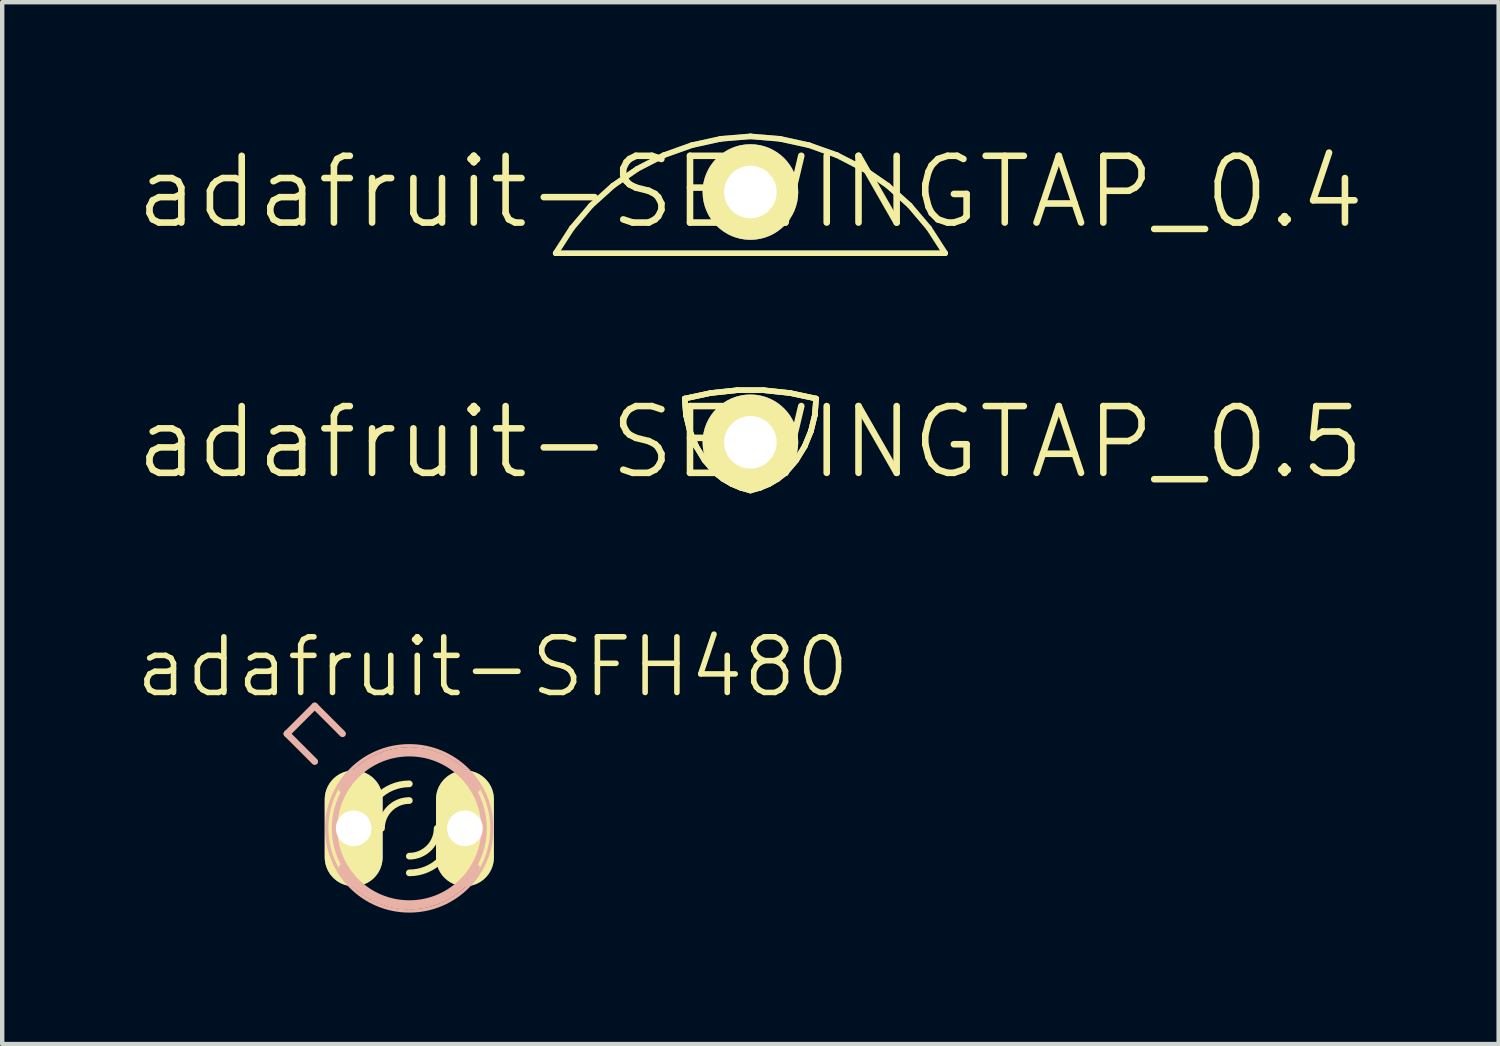
<source format=kicad_pcb>
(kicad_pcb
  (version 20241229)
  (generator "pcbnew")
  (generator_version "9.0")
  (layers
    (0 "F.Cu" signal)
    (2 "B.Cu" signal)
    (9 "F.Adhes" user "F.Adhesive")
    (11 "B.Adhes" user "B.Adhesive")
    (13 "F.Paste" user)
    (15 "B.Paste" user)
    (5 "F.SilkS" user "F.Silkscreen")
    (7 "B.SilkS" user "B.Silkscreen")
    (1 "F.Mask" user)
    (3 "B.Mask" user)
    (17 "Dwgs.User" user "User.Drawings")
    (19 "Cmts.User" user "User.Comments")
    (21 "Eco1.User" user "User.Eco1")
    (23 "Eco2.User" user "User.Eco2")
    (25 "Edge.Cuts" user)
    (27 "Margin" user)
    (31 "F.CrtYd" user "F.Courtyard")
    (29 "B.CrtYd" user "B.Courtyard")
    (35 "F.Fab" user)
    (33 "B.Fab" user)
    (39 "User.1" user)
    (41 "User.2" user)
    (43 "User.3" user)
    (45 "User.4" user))
  (footprint "adafruit-SEWINGTAP_0.5"
    (layer "F.Cu")
    (at 14.079 7.046)
    (property "Reference" "adafruit-SEWINGTAP_0.5" (at 0 0 0) (layer "F.SilkS") (effects (font (size 1.524 1.524) (thickness 0.15))))
    (attr exclude_from_pos_files exclude_from_bom)
    (fp_line (start -1.499 -0.998) (end -1.471 -0.622) (stroke (width 0.127) (type solid)) (layer "B.Cu"))
    (fp_line (start -1.471 -0.622) (end -1.382 -0.257) (stroke (width 0.127) (type solid)) (layer "B.Cu"))
    (fp_line (start -1.382 -0.257) (end -1.24 0.089) (stroke (width 0.127) (type solid)) (layer "B.Cu"))
    (fp_line (start -1.24 0.089) (end -1.044 0.411) (stroke (width 0.127) (type solid)) (layer "B.Cu"))
    (fp_line (start -1.044 0.411) (end -0.798 0.699) (stroke (width 0.127) (type solid)) (layer "B.Cu"))
    (fp_line (start -0.904 -1.125) (end -1.499 -0.998) (stroke (width 0.127) (type solid)) (layer "B.Cu"))
    (fp_line (start -0.798 0.699) (end -0.62 0.838) (stroke (width 0.127) (type solid)) (layer "B.Cu"))
    (fp_line (start -0.62 0.838) (end -0.424 0.953) (stroke (width 0.127) (type solid)) (layer "B.Cu"))
    (fp_line (start -0.424 0.953) (end -0.216 1.039) (stroke (width 0.127) (type solid)) (layer "B.Cu"))
    (fp_line (start -0.302 -1.189) (end -0.904 -1.125) (stroke (width 0.127) (type solid)) (layer "B.Cu"))
    (fp_line (start -0.216 1.039) (end 0 1.1) (stroke (width 0.127) (type solid)) (layer "B.Cu"))
    (fp_line (start 0 1.1) (end 0.216 1.039) (stroke (width 0.127) (type solid)) (layer "B.Cu"))
    (fp_line (start 0.216 1.039) (end 0.424 0.953) (stroke (width 0.127) (type solid)) (layer "B.Cu"))
    (fp_line (start 0.302 -1.189) (end -0.302 -1.189) (stroke (width 0.127) (type solid)) (layer "B.Cu"))
    (fp_line (start 0.424 0.953) (end 0.62 0.838) (stroke (width 0.127) (type solid)) (layer "B.Cu"))
    (fp_line (start 0.62 0.838) (end 0.798 0.699) (stroke (width 0.127) (type solid)) (layer "B.Cu"))
    (fp_line (start 0.798 0.699) (end 1.044 0.411) (stroke (width 0.127) (type solid)) (layer "B.Cu"))
    (fp_line (start 0.904 -1.125) (end 0.302 -1.189) (stroke (width 0.127) (type solid)) (layer "B.Cu"))
    (fp_line (start 1.044 0.411) (end 1.24 0.089) (stroke (width 0.127) (type solid)) (layer "B.Cu"))
    (fp_line (start 1.24 0.089) (end 1.382 -0.257) (stroke (width 0.127) (type solid)) (layer "B.Cu"))
    (fp_line (start 1.382 -0.257) (end 1.471 -0.622) (stroke (width 0.127) (type solid)) (layer "B.Cu"))
    (fp_line (start 1.471 -0.622) (end 1.499 -0.998) (stroke (width 0.127) (type solid)) (layer "B.Cu"))
    (fp_line (start 1.499 -0.998) (end 0.904 -1.125) (stroke (width 0.127) (type solid)) (layer "B.Cu"))
    (fp_line (start -1.499 -0.998) (end -1.471 -0.622) (stroke (width 0.127) (type solid)) (layer "F.SilkS"))
    (fp_line (start -1.499 -0.998) (end -1.471 -0.622) (stroke (width 0.127) (type solid)) (layer "F.SilkS"))
    (fp_line (start -1.471 -0.622) (end -1.382 -0.257) (stroke (width 0.127) (type solid)) (layer "F.SilkS"))
    (fp_line (start -1.471 -0.622) (end -1.382 -0.257) (stroke (width 0.127) (type solid)) (layer "F.SilkS"))
    (fp_line (start -1.382 -0.257) (end -1.24 0.089) (stroke (width 0.127) (type solid)) (layer "F.SilkS"))
    (fp_line (start -1.382 -0.257) (end -1.24 0.089) (stroke (width 0.127) (type solid)) (layer "F.SilkS"))
    (fp_line (start -1.24 0.089) (end -1.044 0.411) (stroke (width 0.127) (type solid)) (layer "F.SilkS"))
    (fp_line (start -1.24 0.089) (end -1.044 0.411) (stroke (width 0.127) (type solid)) (layer "F.SilkS"))
    (fp_line (start -1.044 0.411) (end -0.798 0.699) (stroke (width 0.127) (type solid)) (layer "F.SilkS"))
    (fp_line (start -1.044 0.411) (end -0.798 0.699) (stroke (width 0.127) (type solid)) (layer "F.SilkS"))
    (fp_line (start -0.904 -1.125) (end -1.499 -0.998) (stroke (width 0.127) (type solid)) (layer "F.SilkS"))
    (fp_line (start -0.904 -1.125) (end -1.499 -0.998) (stroke (width 0.127) (type solid)) (layer "F.SilkS"))
    (fp_line (start -0.798 0.699) (end -0.62 0.838) (stroke (width 0.127) (type solid)) (layer "F.SilkS"))
    (fp_line (start -0.798 0.699) (end -0.62 0.838) (stroke (width 0.127) (type solid)) (layer "F.SilkS"))
    (fp_line (start -0.62 0.838) (end -0.424 0.953) (stroke (width 0.127) (type solid)) (layer "F.SilkS"))
    (fp_line (start -0.62 0.838) (end -0.424 0.953) (stroke (width 0.127) (type solid)) (layer "F.SilkS"))
    (fp_line (start -0.424 0.953) (end -0.216 1.039) (stroke (width 0.127) (type solid)) (layer "F.SilkS"))
    (fp_line (start -0.424 0.953) (end -0.216 1.039) (stroke (width 0.127) (type solid)) (layer "F.SilkS"))
    (fp_line (start -0.302 -1.189) (end -0.904 -1.125) (stroke (width 0.127) (type solid)) (layer "F.SilkS"))
    (fp_line (start -0.302 -1.189) (end -0.904 -1.125) (stroke (width 0.127) (type solid)) (layer "F.SilkS"))
    (fp_line (start -0.216 1.039) (end 0 1.1) (stroke (width 0.127) (type solid)) (layer "F.SilkS"))
    (fp_line (start -0.216 1.039) (end 0 1.1) (stroke (width 0.127) (type solid)) (layer "F.SilkS"))
    (fp_line (start 0 1.1) (end 0.216 1.039) (stroke (width 0.127) (type solid)) (layer "F.SilkS"))
    (fp_line (start 0 1.1) (end 0.216 1.039) (stroke (width 0.127) (type solid)) (layer "F.SilkS"))
    (fp_line (start 0.216 1.039) (end 0.424 0.953) (stroke (width 0.127) (type solid)) (layer "F.SilkS"))
    (fp_line (start 0.216 1.039) (end 0.424 0.953) (stroke (width 0.127) (type solid)) (layer "F.SilkS"))
    (fp_line (start 0.302 -1.189) (end -0.302 -1.189) (stroke (width 0.127) (type solid)) (layer "F.SilkS"))
    (fp_line (start 0.302 -1.189) (end -0.302 -1.189) (stroke (width 0.127) (type solid)) (layer "F.SilkS"))
    (fp_line (start 0.424 0.953) (end 0.62 0.838) (stroke (width 0.127) (type solid)) (layer "F.SilkS"))
    (fp_line (start 0.424 0.953) (end 0.62 0.838) (stroke (width 0.127) (type solid)) (layer "F.SilkS"))
    (fp_line (start 0.62 0.838) (end 0.798 0.699) (stroke (width 0.127) (type solid)) (layer "F.SilkS"))
    (fp_line (start 0.62 0.838) (end 0.798 0.699) (stroke (width 0.127) (type solid)) (layer "F.SilkS"))
    (fp_line (start 0.798 0.699) (end 1.044 0.411) (stroke (width 0.127) (type solid)) (layer "F.SilkS"))
    (fp_line (start 0.798 0.699) (end 1.044 0.411) (stroke (width 0.127) (type solid)) (layer "F.SilkS"))
    (fp_line (start 0.904 -1.125) (end 0.302 -1.189) (stroke (width 0.127) (type solid)) (layer "F.SilkS"))
    (fp_line (start 0.904 -1.125) (end 0.302 -1.189) (stroke (width 0.127) (type solid)) (layer "F.SilkS"))
    (fp_line (start 1.044 0.411) (end 1.24 0.089) (stroke (width 0.127) (type solid)) (layer "F.SilkS"))
    (fp_line (start 1.044 0.411) (end 1.24 0.089) (stroke (width 0.127) (type solid)) (layer "F.SilkS"))
    (fp_line (start 1.24 0.089) (end 1.382 -0.257) (stroke (width 0.127) (type solid)) (layer "F.SilkS"))
    (fp_line (start 1.24 0.089) (end 1.382 -0.257) (stroke (width 0.127) (type solid)) (layer "F.SilkS"))
    (fp_line (start 1.382 -0.257) (end 1.471 -0.622) (stroke (width 0.127) (type solid)) (layer "F.SilkS"))
    (fp_line (start 1.382 -0.257) (end 1.471 -0.622) (stroke (width 0.127) (type solid)) (layer "F.SilkS"))
    (fp_line (start 1.471 -0.622) (end 1.499 -0.998) (stroke (width 0.127) (type solid)) (layer "F.SilkS"))
    (fp_line (start 1.471 -0.622) (end 1.499 -0.998) (stroke (width 0.127) (type solid)) (layer "F.SilkS"))
    (fp_line (start 1.499 -0.998) (end 0.904 -1.125) (stroke (width 0.127) (type solid)) (layer "F.SilkS"))
    (fp_line (start 1.499 -0.998) (end 0.904 -1.125) (stroke (width 0.127) (type solid)) (layer "F.SilkS"))
    (fp_line (start -1.499 -0.998) (end -1.471 -0.622) (stroke (width 0.127) (type solid)) (layer "B.Adhes"))
    (fp_line (start -1.471 -0.622) (end -1.382 -0.257) (stroke (width 0.127) (type solid)) (layer "B.Adhes"))
    (fp_line (start -1.382 -0.257) (end -1.24 0.089) (stroke (width 0.127) (type solid)) (layer "B.Adhes"))
    (fp_line (start -1.24 0.089) (end -1.044 0.411) (stroke (width 0.127) (type solid)) (layer "B.Adhes"))
    (fp_line (start -1.044 0.411) (end -0.798 0.699) (stroke (width 0.127) (type solid)) (layer "B.Adhes"))
    (fp_line (start -0.904 -1.125) (end -1.499 -0.998) (stroke (width 0.127) (type solid)) (layer "B.Adhes"))
    (fp_line (start -0.798 0.699) (end -0.62 0.838) (stroke (width 0.127) (type solid)) (layer "B.Adhes"))
    (fp_line (start -0.62 0.838) (end -0.424 0.953) (stroke (width 0.127) (type solid)) (layer "B.Adhes"))
    (fp_line (start -0.424 0.953) (end -0.216 1.039) (stroke (width 0.127) (type solid)) (layer "B.Adhes"))
    (fp_line (start -0.302 -1.189) (end -0.904 -1.125) (stroke (width 0.127) (type solid)) (layer "B.Adhes"))
    (fp_line (start -0.216 1.039) (end 0 1.1) (stroke (width 0.127) (type solid)) (layer "B.Adhes"))
    (fp_line (start 0 1.1) (end 0.216 1.039) (stroke (width 0.127) (type solid)) (layer "B.Adhes"))
    (fp_line (start 0.216 1.039) (end 0.424 0.953) (stroke (width 0.127) (type solid)) (layer "B.Adhes"))
    (fp_line (start 0.302 -1.189) (end -0.302 -1.189) (stroke (width 0.127) (type solid)) (layer "B.Adhes"))
    (fp_line (start 0.424 0.953) (end 0.62 0.838) (stroke (width 0.127) (type solid)) (layer "B.Adhes"))
    (fp_line (start 0.62 0.838) (end 0.798 0.699) (stroke (width 0.127) (type solid)) (layer "B.Adhes"))
    (fp_line (start 0.798 0.699) (end 1.044 0.411) (stroke (width 0.127) (type solid)) (layer "B.Adhes"))
    (fp_line (start 0.904 -1.125) (end 0.302 -1.189) (stroke (width 0.127) (type solid)) (layer "B.Adhes"))
    (fp_line (start 1.044 0.411) (end 1.24 0.089) (stroke (width 0.127) (type solid)) (layer "B.Adhes"))
    (fp_line (start 1.24 0.089) (end 1.382 -0.257) (stroke (width 0.127) (type solid)) (layer "B.Adhes"))
    (fp_line (start 1.382 -0.257) (end 1.471 -0.622) (stroke (width 0.127) (type solid)) (layer "B.Adhes"))
    (fp_line (start 1.471 -0.622) (end 1.499 -0.998) (stroke (width 0.127) (type solid)) (layer "B.Adhes"))
    (fp_line (start 1.499 -0.998) (end 0.904 -1.125) (stroke (width 0.127) (type solid)) (layer "B.Adhes"))
    (pad "TAP" thru_hole circle (at 0 0) (size 2.182 2.182) (drill 1.199) (layers "*.Cu" "F.Mask" "F.SilkS" "F.Paste")))
  (footprint "adafruit-SFH480"
    (layer "F.Cu")
    (at 6.293 15.858)
    (property "Reference" "adafruit-SFH480" (at 1.905 -3.683 0) (layer "F.SilkS") (effects (font (size 1.27 1.27) (thickness 0.127))))
    (attr exclude_from_pos_files exclude_from_bom)
    (fp_arc (start -1.778 0) (mid -1.707402 -0.496046) (end -1.501215 -0.9527) (stroke (width 0.1524) (type solid)) (layer "F.SilkS"))
    (fp_arc (start -1.51384 0.92964) (mid -1.709767 0.482328) (end -1.776497 -0.001431) (stroke (width 0.1524) (type solid)) (layer "F.SilkS"))
    (fp_arc (start -1.016 0) (mid -0.71842 -0.71842) (end 0 -1.016) (stroke (width 0.1524) (type solid)) (layer "F.SilkS"))
    (fp_arc (start -0.635 0) (mid -0.449013 -0.449013) (end 0 -0.635) (stroke (width 0.1524) (type solid)) (layer "F.SilkS"))
    (fp_arc (start 0.635 0) (mid 0.449013 0.449013) (end 0 0.635) (stroke (width 0.1524) (type solid)) (layer "F.SilkS"))
    (fp_arc (start 1.016 0) (mid 0.71842 0.71842) (end 0 1.016) (stroke (width 0.1524) (type solid)) (layer "F.SilkS"))
    (fp_arc (start 1.51384 -0.92964) (mid 1.709767 -0.482328) (end 1.776497 0.001431) (stroke (width 0.1524) (type solid)) (layer "F.SilkS"))
    (fp_arc (start 1.778 0) (mid 1.707402 0.496046) (end 1.501215 0.9527) (stroke (width 0.1524) (type solid)) (layer "F.SilkS"))
    (fp_line (start -2.794 -2.159) (end -2.159 -2.794) (stroke (width 0.152) (type solid)) (layer "B.SilkS"))
    (fp_line (start -2.159 -1.524) (end -2.794 -2.159) (stroke (width 0.152) (type solid)) (layer "B.SilkS"))
    (fp_line (start -1.524 -2.159) (end -2.159 -2.794) (stroke (width 0.152) (type solid)) (layer "B.SilkS"))
    (fp_arc (start -1.53416 -0.89408) (mid -0.885614 -1.539063) (end -0.002081 -1.775675) (stroke (width 0.1524) (type solid)) (layer "B.SilkS"))
    (fp_arc (start 0 -1.778) (mid 0.884966 -1.542115) (end 1.535117 -0.89705) (stroke (width 0.1524) (type solid)) (layer "B.SilkS"))
    (fp_arc (start 0 1.778) (mid -0.884966 1.542115) (end -1.535117 0.89705) (stroke (width 0.1524) (type solid)) (layer "B.SilkS"))
    (fp_arc (start 1.53416 0.89408) (mid 0.885614 1.539063) (end 0.002081 1.775675) (stroke (width 0.1524) (type solid)) (layer "B.SilkS"))
    (fp_circle (center 0 0) (end -1.333 1.333) (stroke (width 0.076) (type solid)) (fill no) (layer "B.SilkS"))
    (fp_circle (center 0 0) (end -1.206 1.206) (stroke (width 0.127) (type solid)) (fill no) (layer "B.SilkS"))
    (pad "A" thru_hole oval (at 1.27 0 180) (size 1.321 2.642) (drill 0.813) (layers "*.Cu" "F.Mask" "F.SilkS" "F.Paste"))
    (pad "K" thru_hole oval (at -1.27 0 180) (size 1.321 2.642) (drill 0.813) (layers "*.Cu" "F.Mask" "F.SilkS" "F.Paste")))
  (footprint "adafruit-SEWINGTAP_0.4"
    (layer "F.Cu")
    (at 14.079 1.333)
    (property "Reference" "adafruit-SEWINGTAP_0.4" (at 0 0 0) (layer "F.SilkS") (effects (font (size 1.524 1.524) (thickness 0.15))))
    (attr exclude_from_pos_files exclude_from_bom)
    (fp_line (start -4.445 1.397) (end 4.445 1.397) (stroke (width 0.127) (type solid)) (layer "B.Cu"))
    (fp_line (start -4.077 0.826) (end -4.445 1.397) (stroke (width 0.127) (type solid)) (layer "B.Cu"))
    (fp_line (start -3.637 0.307) (end -4.077 0.826) (stroke (width 0.127) (type solid)) (layer "B.Cu"))
    (fp_line (start -3.137 -0.145) (end -3.637 0.307) (stroke (width 0.127) (type solid)) (layer "B.Cu"))
    (fp_line (start -2.578 -0.531) (end -3.137 -0.145) (stroke (width 0.127) (type solid)) (layer "B.Cu"))
    (fp_line (start -1.976 -0.841) (end -2.578 -0.531) (stroke (width 0.127) (type solid)) (layer "B.Cu"))
    (fp_line (start -1.336 -1.069) (end -1.976 -0.841) (stroke (width 0.127) (type solid)) (layer "B.Cu"))
    (fp_line (start -0.676 -1.214) (end -1.336 -1.069) (stroke (width 0.127) (type solid)) (layer "B.Cu"))
    (fp_line (start 0 -1.27) (end -0.676 -1.214) (stroke (width 0.127) (type solid)) (layer "B.Cu"))
    (fp_line (start 0.676 -1.214) (end 0 -1.27) (stroke (width 0.127) (type solid)) (layer "B.Cu"))
    (fp_line (start 1.336 -1.069) (end 0.676 -1.214) (stroke (width 0.127) (type solid)) (layer "B.Cu"))
    (fp_line (start 1.976 -0.841) (end 1.336 -1.069) (stroke (width 0.127) (type solid)) (layer "B.Cu"))
    (fp_line (start 2.578 -0.531) (end 1.976 -0.841) (stroke (width 0.127) (type solid)) (layer "B.Cu"))
    (fp_line (start 3.137 -0.145) (end 2.578 -0.531) (stroke (width 0.127) (type solid)) (layer "B.Cu"))
    (fp_line (start 3.637 0.307) (end 3.137 -0.145) (stroke (width 0.127) (type solid)) (layer "B.Cu"))
    (fp_line (start 4.077 0.826) (end 3.637 0.307) (stroke (width 0.127) (type solid)) (layer "B.Cu"))
    (fp_line (start 4.445 1.397) (end 4.077 0.826) (stroke (width 0.127) (type solid)) (layer "B.Cu"))
    (fp_line (start -4.445 1.397) (end 4.445 1.397) (stroke (width 0.127) (type solid)) (layer "F.SilkS"))
    (fp_line (start -4.077 0.826) (end -4.445 1.397) (stroke (width 0.127) (type solid)) (layer "F.SilkS"))
    (fp_line (start -3.637 0.307) (end -4.077 0.826) (stroke (width 0.127) (type solid)) (layer "F.SilkS"))
    (fp_line (start -3.137 -0.145) (end -3.637 0.307) (stroke (width 0.127) (type solid)) (layer "F.SilkS"))
    (fp_line (start -2.578 -0.531) (end -3.137 -0.145) (stroke (width 0.127) (type solid)) (layer "F.SilkS"))
    (fp_line (start -1.976 -0.841) (end -2.578 -0.531) (stroke (width 0.127) (type solid)) (layer "F.SilkS"))
    (fp_line (start -1.336 -1.069) (end -1.976 -0.841) (stroke (width 0.127) (type solid)) (layer "F.SilkS"))
    (fp_line (start -0.676 -1.214) (end -1.336 -1.069) (stroke (width 0.127) (type solid)) (layer "F.SilkS"))
    (fp_line (start 0 -1.27) (end -0.676 -1.214) (stroke (width 0.127) (type solid)) (layer "F.SilkS"))
    (fp_line (start 0.676 -1.214) (end 0 -1.27) (stroke (width 0.127) (type solid)) (layer "F.SilkS"))
    (fp_line (start 1.336 -1.069) (end 0.676 -1.214) (stroke (width 0.127) (type solid)) (layer "F.SilkS"))
    (fp_line (start 1.976 -0.841) (end 1.336 -1.069) (stroke (width 0.127) (type solid)) (layer "F.SilkS"))
    (fp_line (start 2.578 -0.531) (end 1.976 -0.841) (stroke (width 0.127) (type solid)) (layer "F.SilkS"))
    (fp_line (start 3.137 -0.145) (end 2.578 -0.531) (stroke (width 0.127) (type solid)) (layer "F.SilkS"))
    (fp_line (start 3.637 0.307) (end 3.137 -0.145) (stroke (width 0.127) (type solid)) (layer "F.SilkS"))
    (fp_line (start 4.077 0.826) (end 3.637 0.307) (stroke (width 0.127) (type solid)) (layer "F.SilkS"))
    (fp_line (start 4.445 1.397) (end 4.077 0.826) (stroke (width 0.127) (type solid)) (layer "F.SilkS"))
    (pad "TAP" thru_hole circle (at 0 0) (size 2.182 2.182) (drill 1.199) (layers "*.Cu" "F.Mask" "F.SilkS" "F.Paste")))
  (gr_rect
    (start -3 -3)
    (end 31.158 20.782)
    (stroke (width 0.1) (type default))
    (fill no)
    (layer "Edge.Cuts")))
</source>
